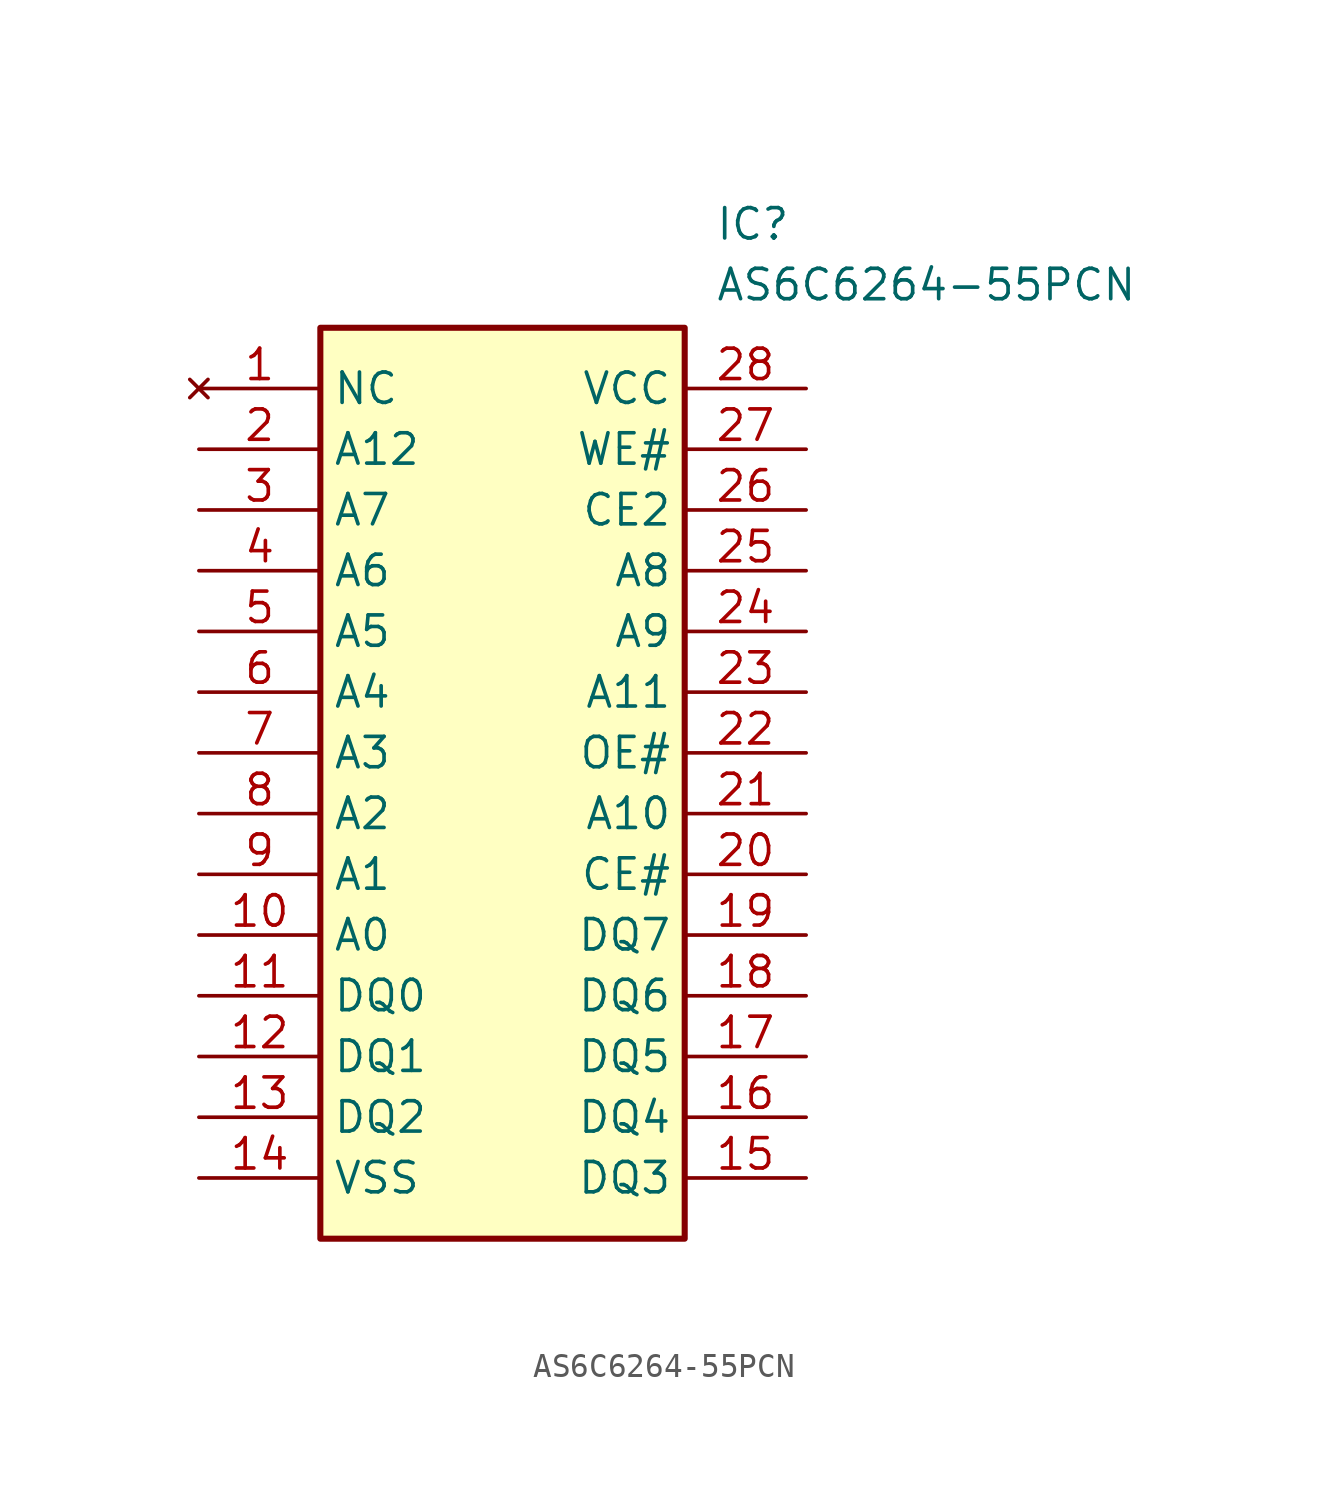
<source format=kicad_sym>
(kicad_symbol_lib
  (version 20211014)
  (generator SamacSys_ECAD_Model)
  (symbol "AS6C6264-55PCN"
    (property "Reference" "IC"
      (at 21.59 7.62 0)
      (effects (font (size 1.27 1.27)) (justify left top)))
    (property "Value" "AS6C6264-55PCN"
      (at 21.59 5.08 0)
      (effects (font (size 1.27 1.27)) (justify left top)))
    (rectangle
      (start 5.08 2.54)
      (end 20.32 -35.56)
      (stroke (width 0.254) (type default))
      (fill (type background)))
    (pin no_connect line
      (at 0 0 0)
      (length 5.08)
      (name "NC" (effects (font (size 1.27 1.27))))
      (number "1" (effects (font (size 1.27 1.27)))))
    (pin passive line
      (at 0 -2.54 0)
      (length 5.08)
      (name "A12" (effects (font (size 1.27 1.27))))
      (number "2" (effects (font (size 1.27 1.27)))))
    (pin passive line
      (at 0 -5.08 0)
      (length 5.08)
      (name "A7" (effects (font (size 1.27 1.27))))
      (number "3" (effects (font (size 1.27 1.27)))))
    (pin passive line
      (at 0 -7.62 0)
      (length 5.08)
      (name "A6" (effects (font (size 1.27 1.27))))
      (number "4" (effects (font (size 1.27 1.27)))))
    (pin passive line
      (at 0 -10.16 0)
      (length 5.08)
      (name "A5" (effects (font (size 1.27 1.27))))
      (number "5" (effects (font (size 1.27 1.27)))))
    (pin passive line
      (at 0 -12.7 0)
      (length 5.08)
      (name "A4" (effects (font (size 1.27 1.27))))
      (number "6" (effects (font (size 1.27 1.27)))))
    (pin passive line
      (at 0 -15.24 0)
      (length 5.08)
      (name "A3" (effects (font (size 1.27 1.27))))
      (number "7" (effects (font (size 1.27 1.27)))))
    (pin passive line
      (at 0 -17.78 0)
      (length 5.08)
      (name "A2" (effects (font (size 1.27 1.27))))
      (number "8" (effects (font (size 1.27 1.27)))))
    (pin passive line
      (at 0 -20.32 0)
      (length 5.08)
      (name "A1" (effects (font (size 1.27 1.27))))
      (number "9" (effects (font (size 1.27 1.27)))))
    (pin passive line
      (at 0 -22.86 0)
      (length 5.08)
      (name "A0" (effects (font (size 1.27 1.27))))
      (number "10" (effects (font (size 1.27 1.27)))))
    (pin passive line
      (at 0 -25.4 0)
      (length 5.08)
      (name "DQ0" (effects (font (size 1.27 1.27))))
      (number "11" (effects (font (size 1.27 1.27)))))
    (pin passive line
      (at 0 -27.94 0)
      (length 5.08)
      (name "DQ1" (effects (font (size 1.27 1.27))))
      (number "12" (effects (font (size 1.27 1.27)))))
    (pin passive line
      (at 0 -30.48 0)
      (length 5.08)
      (name "DQ2" (effects (font (size 1.27 1.27))))
      (number "13" (effects (font (size 1.27 1.27)))))
    (pin passive line
      (at 0 -33.02 0)
      (length 5.08)
      (name "VSS" (effects (font (size 1.27 1.27))))
      (number "14" (effects (font (size 1.27 1.27)))))
    (pin passive line
      (at 25.4 0 180)
      (length 5.08)
      (name "VCC" (effects (font (size 1.27 1.27))))
      (number "28" (effects (font (size 1.27 1.27)))))
    (pin passive line
      (at 25.4 -2.54 180)
      (length 5.08)
      (name "WE#" (effects (font (size 1.27 1.27))))
      (number "27" (effects (font (size 1.27 1.27)))))
    (pin passive line
      (at 25.4 -5.08 180)
      (length 5.08)
      (name "CE2" (effects (font (size 1.27 1.27))))
      (number "26" (effects (font (size 1.27 1.27)))))
    (pin passive line
      (at 25.4 -7.62 180)
      (length 5.08)
      (name "A8" (effects (font (size 1.27 1.27))))
      (number "25" (effects (font (size 1.27 1.27)))))
    (pin passive line
      (at 25.4 -10.16 180)
      (length 5.08)
      (name "A9" (effects (font (size 1.27 1.27))))
      (number "24" (effects (font (size 1.27 1.27)))))
    (pin passive line
      (at 25.4 -12.7 180)
      (length 5.08)
      (name "A11" (effects (font (size 1.27 1.27))))
      (number "23" (effects (font (size 1.27 1.27)))))
    (pin passive line
      (at 25.4 -15.24 180)
      (length 5.08)
      (name "OE#" (effects (font (size 1.27 1.27))))
      (number "22" (effects (font (size 1.27 1.27)))))
    (pin passive line
      (at 25.4 -17.78 180)
      (length 5.08)
      (name "A10" (effects (font (size 1.27 1.27))))
      (number "21" (effects (font (size 1.27 1.27)))))
    (pin passive line
      (at 25.4 -20.32 180)
      (length 5.08)
      (name "CE#" (effects (font (size 1.27 1.27))))
      (number "20" (effects (font (size 1.27 1.27)))))
    (pin passive line
      (at 25.4 -22.86 180)
      (length 5.08)
      (name "DQ7" (effects (font (size 1.27 1.27))))
      (number "19" (effects (font (size 1.27 1.27)))))
    (pin passive line
      (at 25.4 -25.4 180)
      (length 5.08)
      (name "DQ6" (effects (font (size 1.27 1.27))))
      (number "18" (effects (font (size 1.27 1.27)))))
    (pin passive line
      (at 25.4 -27.94 180)
      (length 5.08)
      (name "DQ5" (effects (font (size 1.27 1.27))))
      (number "17" (effects (font (size 1.27 1.27)))))
    (pin passive line
      (at 25.4 -30.48 180)
      (length 5.08)
      (name "DQ4" (effects (font (size 1.27 1.27))))
      (number "16" (effects (font (size 1.27 1.27)))))
    (pin passive line
      (at 25.4 -33.02 180)
      (length 5.08)
      (name "DQ3" (effects (font (size 1.27 1.27))))
      (number "15" (effects (font (size 1.27 1.27)))))))
</source>
